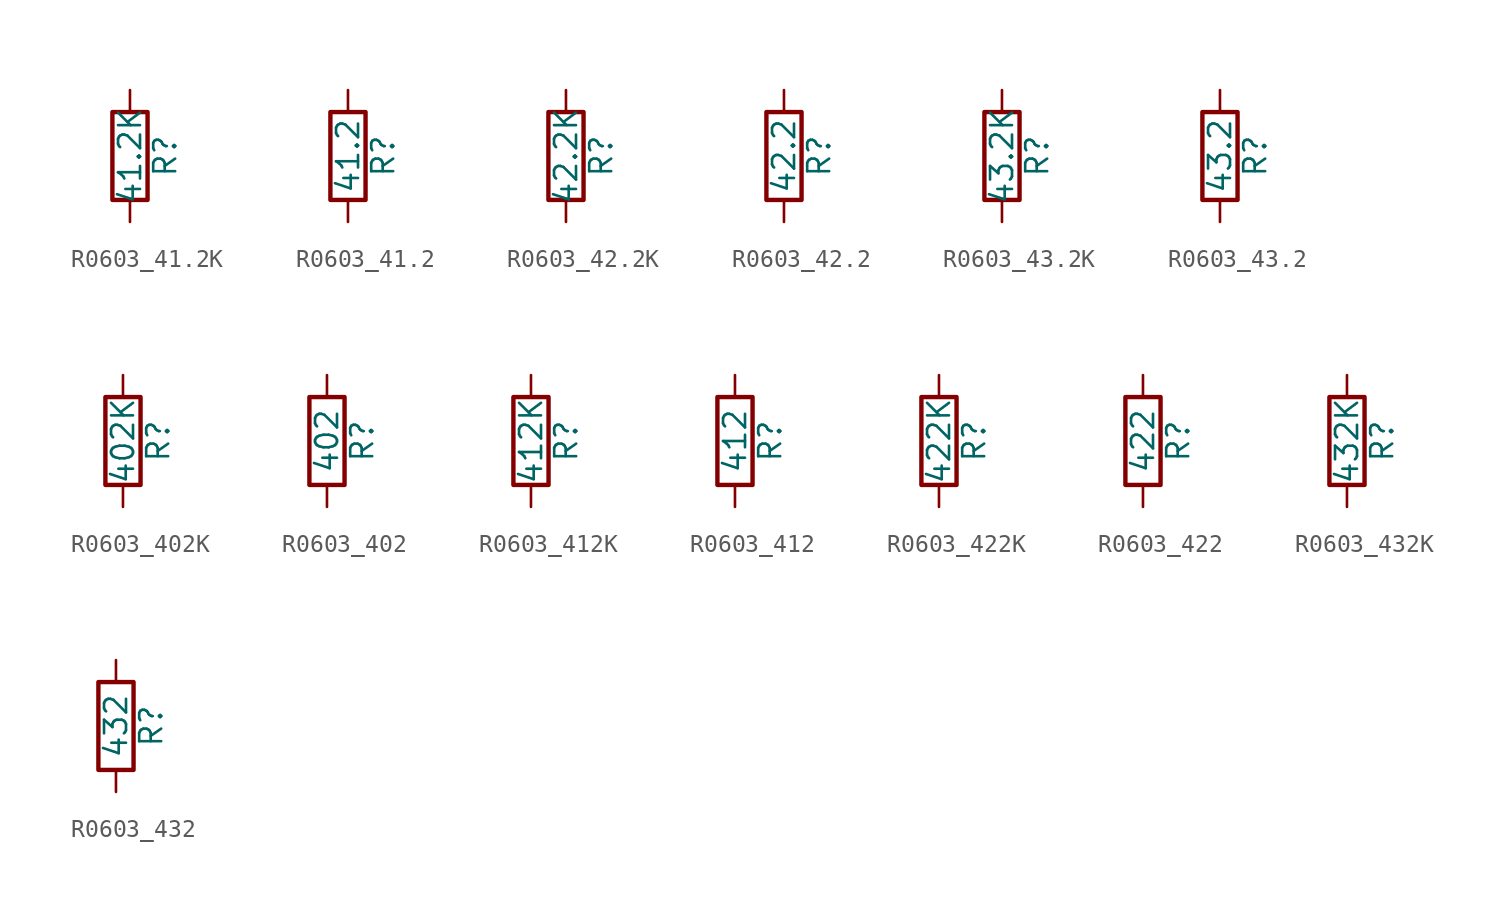
<source format=kicad_sym>
(kicad_symbol_lib
  (version 20211014)
  (generator atlantix-eda)
  (symbol "R0603_41.2K"
    (pin_numbers hide)
    (pin_names
      (offset 0))
    (property "Reference" "R"
      (at 2.032 0 90)
      (effects (font (size 1.27 1.27))))
    (property "Value" "41.2K"
      (at 0 0 90)
      (effects (font (size 1.27 1.27))))
    (symbol "R0603_41.2K_0_1"
      (rectangle (start -1.016 -2.54) (end 1.016 2.54) (stroke (width 0.254) (type default) (color 0 0 0 0)) (fill (type none))))
    (symbol "R0603_41.2K_1_1"
      (pin passive line (at 0 3.81 270) (length 1.27) (name "~" (effects (font (size 1.27 1.27)))) (number "1" (effects (font (size 1.27 1.27)))))
      (pin passive line (at 0 -3.81 90) (length 1.27) (name "~" (effects (font (size 1.27 1.27)))) (number "2" (effects (font (size 1.27 1.27)))))))
  (symbol "R0603_41.2"
    (pin_numbers hide)
    (pin_names
      (offset 0))
    (property "Reference" "R"
      (at 2.032 0 90)
      (effects (font (size 1.27 1.27))))
    (property "Value" "41.2"
      (at 0 0 90)
      (effects (font (size 1.27 1.27))))
    (symbol "R0603_41.2_0_1"
      (rectangle (start -1.016 -2.54) (end 1.016 2.54) (stroke (width 0.254) (type default) (color 0 0 0 0)) (fill (type none))))
    (symbol "R0603_41.2_1_1"
      (pin passive line (at 0 3.81 270) (length 1.27) (name "~" (effects (font (size 1.27 1.27)))) (number "1" (effects (font (size 1.27 1.27)))))
      (pin passive line (at 0 -3.81 90) (length 1.27) (name "~" (effects (font (size 1.27 1.27)))) (number "2" (effects (font (size 1.27 1.27)))))))
  (symbol "R0603_42.2K"
    (pin_numbers hide)
    (pin_names
      (offset 0))
    (property "Reference" "R"
      (at 2.032 0 90)
      (effects (font (size 1.27 1.27))))
    (property "Value" "42.2K"
      (at 0 0 90)
      (effects (font (size 1.27 1.27))))
    (symbol "R0603_42.2K_0_1"
      (rectangle (start -1.016 -2.54) (end 1.016 2.54) (stroke (width 0.254) (type default) (color 0 0 0 0)) (fill (type none))))
    (symbol "R0603_42.2K_1_1"
      (pin passive line (at 0 3.81 270) (length 1.27) (name "~" (effects (font (size 1.27 1.27)))) (number "1" (effects (font (size 1.27 1.27)))))
      (pin passive line (at 0 -3.81 90) (length 1.27) (name "~" (effects (font (size 1.27 1.27)))) (number "2" (effects (font (size 1.27 1.27)))))))
  (symbol "R0603_42.2"
    (pin_numbers hide)
    (pin_names
      (offset 0))
    (property "Reference" "R"
      (at 2.032 0 90)
      (effects (font (size 1.27 1.27))))
    (property "Value" "42.2"
      (at 0 0 90)
      (effects (font (size 1.27 1.27))))
    (symbol "R0603_42.2_0_1"
      (rectangle (start -1.016 -2.54) (end 1.016 2.54) (stroke (width 0.254) (type default) (color 0 0 0 0)) (fill (type none))))
    (symbol "R0603_42.2_1_1"
      (pin passive line (at 0 3.81 270) (length 1.27) (name "~" (effects (font (size 1.27 1.27)))) (number "1" (effects (font (size 1.27 1.27)))))
      (pin passive line (at 0 -3.81 90) (length 1.27) (name "~" (effects (font (size 1.27 1.27)))) (number "2" (effects (font (size 1.27 1.27)))))))
  (symbol "R0603_43.2K"
    (pin_numbers hide)
    (pin_names
      (offset 0))
    (property "Reference" "R"
      (at 2.032 0 90)
      (effects (font (size 1.27 1.27))))
    (property "Value" "43.2K"
      (at 0 0 90)
      (effects (font (size 1.27 1.27))))
    (symbol "R0603_43.2K_0_1"
      (rectangle (start -1.016 -2.54) (end 1.016 2.54) (stroke (width 0.254) (type default) (color 0 0 0 0)) (fill (type none))))
    (symbol "R0603_43.2K_1_1"
      (pin passive line (at 0 3.81 270) (length 1.27) (name "~" (effects (font (size 1.27 1.27)))) (number "1" (effects (font (size 1.27 1.27)))))
      (pin passive line (at 0 -3.81 90) (length 1.27) (name "~" (effects (font (size 1.27 1.27)))) (number "2" (effects (font (size 1.27 1.27)))))))
  (symbol "R0603_43.2"
    (pin_numbers hide)
    (pin_names
      (offset 0))
    (property "Reference" "R"
      (at 2.032 0 90)
      (effects (font (size 1.27 1.27))))
    (property "Value" "43.2"
      (at 0 0 90)
      (effects (font (size 1.27 1.27))))
    (symbol "R0603_43.2_0_1"
      (rectangle (start -1.016 -2.54) (end 1.016 2.54) (stroke (width 0.254) (type default) (color 0 0 0 0)) (fill (type none))))
    (symbol "R0603_43.2_1_1"
      (pin passive line (at 0 3.81 270) (length 1.27) (name "~" (effects (font (size 1.27 1.27)))) (number "1" (effects (font (size 1.27 1.27)))))
      (pin passive line (at 0 -3.81 90) (length 1.27) (name "~" (effects (font (size 1.27 1.27)))) (number "2" (effects (font (size 1.27 1.27)))))))
  (symbol "R0603_402K"
    (pin_numbers hide)
    (pin_names
      (offset 0))
    (property "Reference" "R"
      (at 2.032 0 90)
      (effects (font (size 1.27 1.27))))
    (property "Value" "402K"
      (at 0 0 90)
      (effects (font (size 1.27 1.27))))
    (symbol "R0603_402K_0_1"
      (rectangle (start -1.016 -2.54) (end 1.016 2.54) (stroke (width 0.254) (type default) (color 0 0 0 0)) (fill (type none))))
    (symbol "R0603_402K_1_1"
      (pin passive line (at 0 3.81 270) (length 1.27) (name "~" (effects (font (size 1.27 1.27)))) (number "1" (effects (font (size 1.27 1.27)))))
      (pin passive line (at 0 -3.81 90) (length 1.27) (name "~" (effects (font (size 1.27 1.27)))) (number "2" (effects (font (size 1.27 1.27)))))))
  (symbol "R0603_402"
    (pin_numbers hide)
    (pin_names
      (offset 0))
    (property "Reference" "R"
      (at 2.032 0 90)
      (effects (font (size 1.27 1.27))))
    (property "Value" "402"
      (at 0 0 90)
      (effects (font (size 1.27 1.27))))
    (symbol "R0603_402_0_1"
      (rectangle (start -1.016 -2.54) (end 1.016 2.54) (stroke (width 0.254) (type default) (color 0 0 0 0)) (fill (type none))))
    (symbol "R0603_402_1_1"
      (pin passive line (at 0 3.81 270) (length 1.27) (name "~" (effects (font (size 1.27 1.27)))) (number "1" (effects (font (size 1.27 1.27)))))
      (pin passive line (at 0 -3.81 90) (length 1.27) (name "~" (effects (font (size 1.27 1.27)))) (number "2" (effects (font (size 1.27 1.27)))))))
  (symbol "R0603_412K"
    (pin_numbers hide)
    (pin_names
      (offset 0))
    (property "Reference" "R"
      (at 2.032 0 90)
      (effects (font (size 1.27 1.27))))
    (property "Value" "412K"
      (at 0 0 90)
      (effects (font (size 1.27 1.27))))
    (symbol "R0603_412K_0_1"
      (rectangle (start -1.016 -2.54) (end 1.016 2.54) (stroke (width 0.254) (type default) (color 0 0 0 0)) (fill (type none))))
    (symbol "R0603_412K_1_1"
      (pin passive line (at 0 3.81 270) (length 1.27) (name "~" (effects (font (size 1.27 1.27)))) (number "1" (effects (font (size 1.27 1.27)))))
      (pin passive line (at 0 -3.81 90) (length 1.27) (name "~" (effects (font (size 1.27 1.27)))) (number "2" (effects (font (size 1.27 1.27)))))))
  (symbol "R0603_412"
    (pin_numbers hide)
    (pin_names
      (offset 0))
    (property "Reference" "R"
      (at 2.032 0 90)
      (effects (font (size 1.27 1.27))))
    (property "Value" "412"
      (at 0 0 90)
      (effects (font (size 1.27 1.27))))
    (symbol "R0603_412_0_1"
      (rectangle (start -1.016 -2.54) (end 1.016 2.54) (stroke (width 0.254) (type default) (color 0 0 0 0)) (fill (type none))))
    (symbol "R0603_412_1_1"
      (pin passive line (at 0 3.81 270) (length 1.27) (name "~" (effects (font (size 1.27 1.27)))) (number "1" (effects (font (size 1.27 1.27)))))
      (pin passive line (at 0 -3.81 90) (length 1.27) (name "~" (effects (font (size 1.27 1.27)))) (number "2" (effects (font (size 1.27 1.27)))))))
  (symbol "R0603_422K"
    (pin_numbers hide)
    (pin_names
      (offset 0))
    (property "Reference" "R"
      (at 2.032 0 90)
      (effects (font (size 1.27 1.27))))
    (property "Value" "422K"
      (at 0 0 90)
      (effects (font (size 1.27 1.27))))
    (symbol "R0603_422K_0_1"
      (rectangle (start -1.016 -2.54) (end 1.016 2.54) (stroke (width 0.254) (type default) (color 0 0 0 0)) (fill (type none))))
    (symbol "R0603_422K_1_1"
      (pin passive line (at 0 3.81 270) (length 1.27) (name "~" (effects (font (size 1.27 1.27)))) (number "1" (effects (font (size 1.27 1.27)))))
      (pin passive line (at 0 -3.81 90) (length 1.27) (name "~" (effects (font (size 1.27 1.27)))) (number "2" (effects (font (size 1.27 1.27)))))))
  (symbol "R0603_422"
    (pin_numbers hide)
    (pin_names
      (offset 0))
    (property "Reference" "R"
      (at 2.032 0 90)
      (effects (font (size 1.27 1.27))))
    (property "Value" "422"
      (at 0 0 90)
      (effects (font (size 1.27 1.27))))
    (symbol "R0603_422_0_1"
      (rectangle (start -1.016 -2.54) (end 1.016 2.54) (stroke (width 0.254) (type default) (color 0 0 0 0)) (fill (type none))))
    (symbol "R0603_422_1_1"
      (pin passive line (at 0 3.81 270) (length 1.27) (name "~" (effects (font (size 1.27 1.27)))) (number "1" (effects (font (size 1.27 1.27)))))
      (pin passive line (at 0 -3.81 90) (length 1.27) (name "~" (effects (font (size 1.27 1.27)))) (number "2" (effects (font (size 1.27 1.27)))))))
  (symbol "R0603_432K"
    (pin_numbers hide)
    (pin_names
      (offset 0))
    (property "Reference" "R"
      (at 2.032 0 90)
      (effects (font (size 1.27 1.27))))
    (property "Value" "432K"
      (at 0 0 90)
      (effects (font (size 1.27 1.27))))
    (symbol "R0603_432K_0_1"
      (rectangle (start -1.016 -2.54) (end 1.016 2.54) (stroke (width 0.254) (type default) (color 0 0 0 0)) (fill (type none))))
    (symbol "R0603_432K_1_1"
      (pin passive line (at 0 3.81 270) (length 1.27) (name "~" (effects (font (size 1.27 1.27)))) (number "1" (effects (font (size 1.27 1.27)))))
      (pin passive line (at 0 -3.81 90) (length 1.27) (name "~" (effects (font (size 1.27 1.27)))) (number "2" (effects (font (size 1.27 1.27)))))))
  (symbol "R0603_432"
    (pin_numbers hide)
    (pin_names
      (offset 0))
    (property "Reference" "R"
      (at 2.032 0 90)
      (effects (font (size 1.27 1.27))))
    (property "Value" "432"
      (at 0 0 90)
      (effects (font (size 1.27 1.27))))
    (symbol "R0603_432_0_1"
      (rectangle (start -1.016 -2.54) (end 1.016 2.54) (stroke (width 0.254) (type default) (color 0 0 0 0)) (fill (type none))))
    (symbol "R0603_432_1_1"
      (pin passive line (at 0 3.81 270) (length 1.27) (name "~" (effects (font (size 1.27 1.27)))) (number "1" (effects (font (size 1.27 1.27)))))
      (pin passive line (at 0 -3.81 90) (length 1.27) (name "~" (effects (font (size 1.27 1.27)))) (number "2" (effects (font (size 1.27 1.27))))))))
</source>
